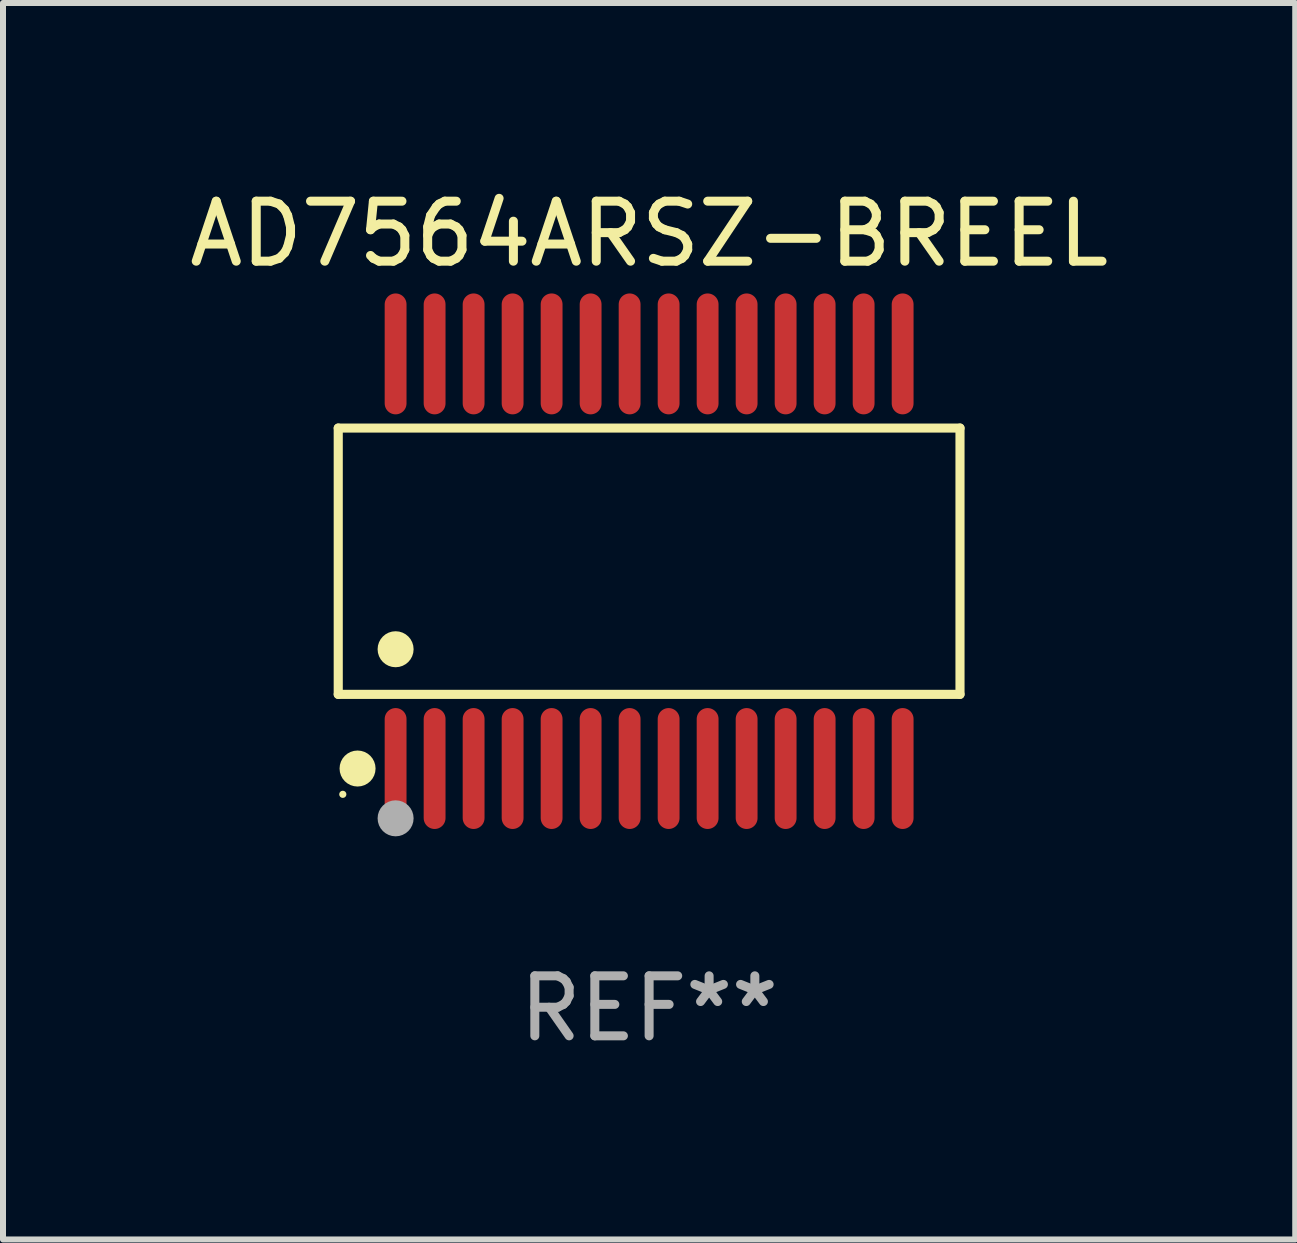
<source format=kicad_pcb>
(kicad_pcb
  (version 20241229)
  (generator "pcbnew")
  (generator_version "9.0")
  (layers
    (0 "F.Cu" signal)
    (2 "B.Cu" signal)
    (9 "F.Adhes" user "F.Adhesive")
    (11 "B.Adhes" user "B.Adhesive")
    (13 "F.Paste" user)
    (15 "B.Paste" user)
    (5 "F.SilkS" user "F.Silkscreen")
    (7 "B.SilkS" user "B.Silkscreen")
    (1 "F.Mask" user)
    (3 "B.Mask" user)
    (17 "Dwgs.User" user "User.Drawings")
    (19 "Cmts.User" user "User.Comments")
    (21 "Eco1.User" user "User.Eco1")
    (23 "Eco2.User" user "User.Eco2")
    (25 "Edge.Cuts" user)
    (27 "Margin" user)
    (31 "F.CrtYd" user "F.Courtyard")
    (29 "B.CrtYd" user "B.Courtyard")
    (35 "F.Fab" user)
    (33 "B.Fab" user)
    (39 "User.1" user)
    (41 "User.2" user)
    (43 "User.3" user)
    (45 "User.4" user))
  (footprint "AD7564ARSZ-BREEL"
    (layer "F.Cu")
    (at 7.768 6.303)
    (property "Reference" "AD7564ARSZ-BREEL" (at 0 -5.455 0) (layer "F.SilkS") (effects (font (size 1 1) (thickness 0.15))))
    (attr through_hole)
    (fp_line (start -5.181 -2.219) (end 5.181 -2.219) (stroke (width 0.152) (type solid)) (layer "F.SilkS"))
    (fp_line (start -5.181 2.219) (end -5.181 -2.219) (stroke (width 0.152) (type solid)) (layer "F.SilkS"))
    (fp_line (start 5.181 -2.219) (end 5.181 2.219) (stroke (width 0.152) (type solid)) (layer "F.SilkS"))
    (fp_line (start 5.181 2.219) (end -5.181 2.219) (stroke (width 0.152) (type solid)) (layer "F.SilkS"))
    (fp_circle (center -5.105 3.885) (end -5.075 3.885) (stroke (width 0.06) (type solid)) (fill no) (layer "F.SilkS"))
    (fp_circle (center -4.859 3.455) (end -4.709 3.455) (stroke (width 0.3) (type solid)) (fill no) (layer "F.SilkS"))
    (fp_circle (center -4.225 1.467) (end -4.075 1.467) (stroke (width 0.3) (type solid)) (fill no) (layer "F.SilkS"))
    (fp_circle (center -4.225 4.285) (end -4.075 4.285) (stroke (width 0.3) (type solid)) (fill no) (layer "F.Fab"))
    (fp_text user "REF**" (at 0 7.455 0) (layer "F.Fab") (effects (font (size 1 1) (thickness 0.15))))
    (pad "1" smd oval (at -4.225 3.455) (size 0.364 2.015) (layers "F.Cu" "F.Mask" "F.Paste"))
    (pad "2" smd oval (at -3.575 3.455) (size 0.364 2.015) (layers "F.Cu" "F.Mask" "F.Paste"))
    (pad "3" smd oval (at -2.925 3.455) (size 0.364 2.015) (layers "F.Cu" "F.Mask" "F.Paste"))
    (pad "4" smd oval (at -2.275 3.455) (size 0.364 2.015) (layers "F.Cu" "F.Mask" "F.Paste"))
    (pad "5" smd oval (at -1.625 3.455) (size 0.364 2.015) (layers "F.Cu" "F.Mask" "F.Paste"))
    (pad "6" smd oval (at -0.975 3.455) (size 0.364 2.015) (layers "F.Cu" "F.Mask" "F.Paste"))
    (pad "7" smd oval (at -0.325 3.455) (size 0.364 2.015) (layers "F.Cu" "F.Mask" "F.Paste"))
    (pad "8" smd oval (at 0.325 3.455) (size 0.364 2.015) (layers "F.Cu" "F.Mask" "F.Paste"))
    (pad "9" smd oval (at 0.975 3.455) (size 0.364 2.015) (layers "F.Cu" "F.Mask" "F.Paste"))
    (pad "10" smd oval (at 1.625 3.455) (size 0.364 2.015) (layers "F.Cu" "F.Mask" "F.Paste"))
    (pad "11" smd oval (at 2.275 3.455) (size 0.364 2.015) (layers "F.Cu" "F.Mask" "F.Paste"))
    (pad "12" smd oval (at 2.925 3.455) (size 0.364 2.015) (layers "F.Cu" "F.Mask" "F.Paste"))
    (pad "13" smd oval (at 3.575 3.455) (size 0.364 2.015) (layers "F.Cu" "F.Mask" "F.Paste"))
    (pad "14" smd oval (at 4.225 3.455) (size 0.364 2.015) (layers "F.Cu" "F.Mask" "F.Paste"))
    (pad "15" smd oval (at 4.225 -3.455) (size 0.364 2.015) (layers "F.Cu" "F.Mask" "F.Paste"))
    (pad "16" smd oval (at 3.575 -3.455) (size 0.364 2.015) (layers "F.Cu" "F.Mask" "F.Paste"))
    (pad "17" smd oval (at 2.925 -3.455) (size 0.364 2.015) (layers "F.Cu" "F.Mask" "F.Paste"))
    (pad "18" smd oval (at 2.275 -3.455) (size 0.364 2.015) (layers "F.Cu" "F.Mask" "F.Paste"))
    (pad "19" smd oval (at 1.625 -3.455) (size 0.364 2.015) (layers "F.Cu" "F.Mask" "F.Paste"))
    (pad "20" smd oval (at 0.975 -3.455) (size 0.364 2.015) (layers "F.Cu" "F.Mask" "F.Paste"))
    (pad "21" smd oval (at 0.325 -3.455) (size 0.364 2.015) (layers "F.Cu" "F.Mask" "F.Paste"))
    (pad "22" smd oval (at -0.325 -3.455) (size 0.364 2.015) (layers "F.Cu" "F.Mask" "F.Paste"))
    (pad "23" smd oval (at -0.975 -3.455) (size 0.364 2.015) (layers "F.Cu" "F.Mask" "F.Paste"))
    (pad "24" smd oval (at -1.625 -3.455) (size 0.364 2.015) (layers "F.Cu" "F.Mask" "F.Paste"))
    (pad "25" smd oval (at -2.275 -3.455) (size 0.364 2.015) (layers "F.Cu" "F.Mask" "F.Paste"))
    (pad "26" smd oval (at -2.925 -3.455) (size 0.364 2.015) (layers "F.Cu" "F.Mask" "F.Paste"))
    (pad "27" smd oval (at -3.575 -3.455) (size 0.364 2.015) (layers "F.Cu" "F.Mask" "F.Paste"))
    (pad "28" smd oval (at -4.225 -3.455) (size 0.364 2.015) (layers "F.Cu" "F.Mask" "F.Paste")))
  (gr_rect
    (start -3 -3)
    (end 18.536 17.607)
    (stroke (width 0.1) (type default))
    (fill no)
    (layer "Edge.Cuts")))
</source>
